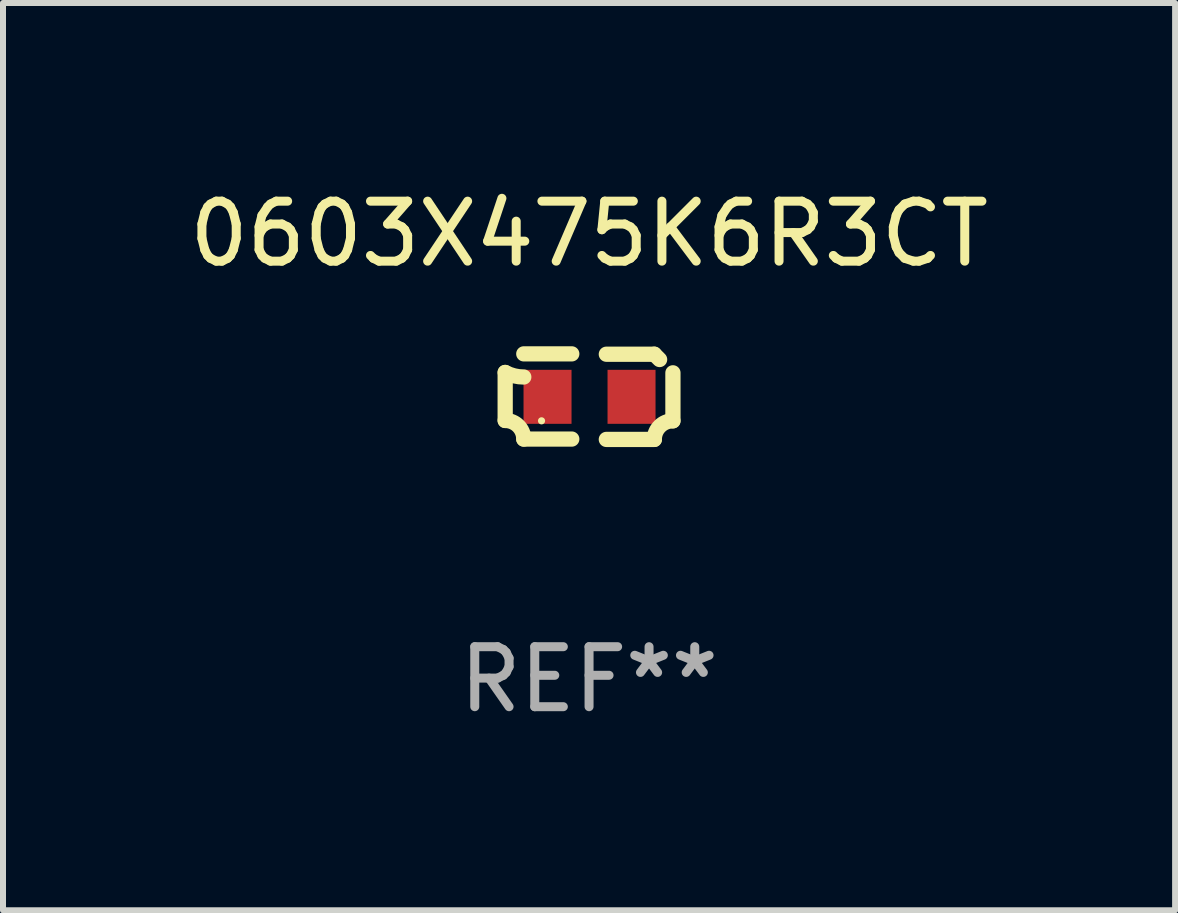
<source format=kicad_pcb>
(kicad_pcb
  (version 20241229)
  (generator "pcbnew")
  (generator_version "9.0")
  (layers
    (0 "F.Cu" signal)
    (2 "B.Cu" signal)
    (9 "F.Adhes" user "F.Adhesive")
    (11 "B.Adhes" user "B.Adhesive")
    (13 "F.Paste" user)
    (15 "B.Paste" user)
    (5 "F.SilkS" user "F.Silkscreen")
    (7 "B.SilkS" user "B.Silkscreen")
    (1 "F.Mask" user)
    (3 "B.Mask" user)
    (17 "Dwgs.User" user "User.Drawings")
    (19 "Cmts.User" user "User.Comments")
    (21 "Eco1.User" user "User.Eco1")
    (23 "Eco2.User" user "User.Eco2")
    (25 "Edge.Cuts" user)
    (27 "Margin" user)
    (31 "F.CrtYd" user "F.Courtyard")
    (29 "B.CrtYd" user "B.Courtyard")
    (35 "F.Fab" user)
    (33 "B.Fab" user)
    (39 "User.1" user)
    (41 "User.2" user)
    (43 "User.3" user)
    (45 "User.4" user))
  (footprint "0603X475K6R3CT"
    (layer "F.Cu")
    (at 6.768 3.561)
    (property "Reference" "0603X475K6R3CT" (at 0 -2.713 0) (layer "F.SilkS") (effects (font (size 1 1) (thickness 0.15))))
    (attr through_hole)
    (fp_line (start -1.398 -0.403) (end -1.398 0.397) (stroke (width 0.254) (type solid)) (layer "F.SilkS"))
    (fp_line (start -0.288 -0.713) (end -1.088 -0.713) (stroke (width 0.254) (type solid)) (layer "F.SilkS"))
    (fp_line (start -0.288 0.707) (end -1.088 0.707) (stroke (width 0.254) (type solid)) (layer "F.SilkS"))
    (fp_line (start 0.288 -0.707) (end 1.088 -0.707) (stroke (width 0.254) (type solid)) (layer "F.SilkS"))
    (fp_line (start 0.288 0.713) (end 1.088 0.713) (stroke (width 0.254) (type solid)) (layer "F.SilkS"))
    (fp_line (start 1.398 -0.397) (end 1.398 0.403) (stroke (width 0.254) (type solid)) (layer "F.SilkS"))
    (fp_arc (start -1.397789 0.397066) (mid -1.178701 0.487826) (end -1.08796 0.706922) (stroke (width 0.254001) (type solid)) (layer "F.SilkS"))
    (fp_arc (start -1.08796 -0.327176) (mid -1.247436 -0.346384) (end -1.39779 -0.402908) (stroke (width 0.254001) (type solid)) (layer "F.SilkS"))
    (fp_arc (start 1.087909 0.712738) (mid 1.178656 0.493655) (end 1.397739 0.402908) (stroke (width 0.254001) (type solid)) (layer "F.SilkS"))
    (fp_arc (start 1.175925 -0.618926) (mid 1.131917 -0.662923) (end 1.08791 -0.706922) (stroke (width 0.254001) (type solid)) (layer "F.SilkS"))
    (fp_circle (center -0.792 0.403) (end -0.762 0.403) (stroke (width 0.06) (type solid)) (fill no) (layer "F.SilkS"))
    (fp_text user "REF**" (at 0 4.713 0) (layer "F.Fab") (effects (font (size 1 1) (thickness 0.15))))
    (pad "1" smd rect (at -0.692 0.003) (size 0.8 0.9) (layers "F.Cu" "F.Mask" "F.Paste"))
    (pad "2" smd rect (at 0.708 0.003) (size 0.8 0.9) (layers "F.Cu" "F.Mask" "F.Paste")))
  (gr_rect
    (start -3 -3)
    (end 16.536 12.122)
    (stroke (width 0.1) (type default))
    (fill no)
    (layer "Edge.Cuts")))
</source>
